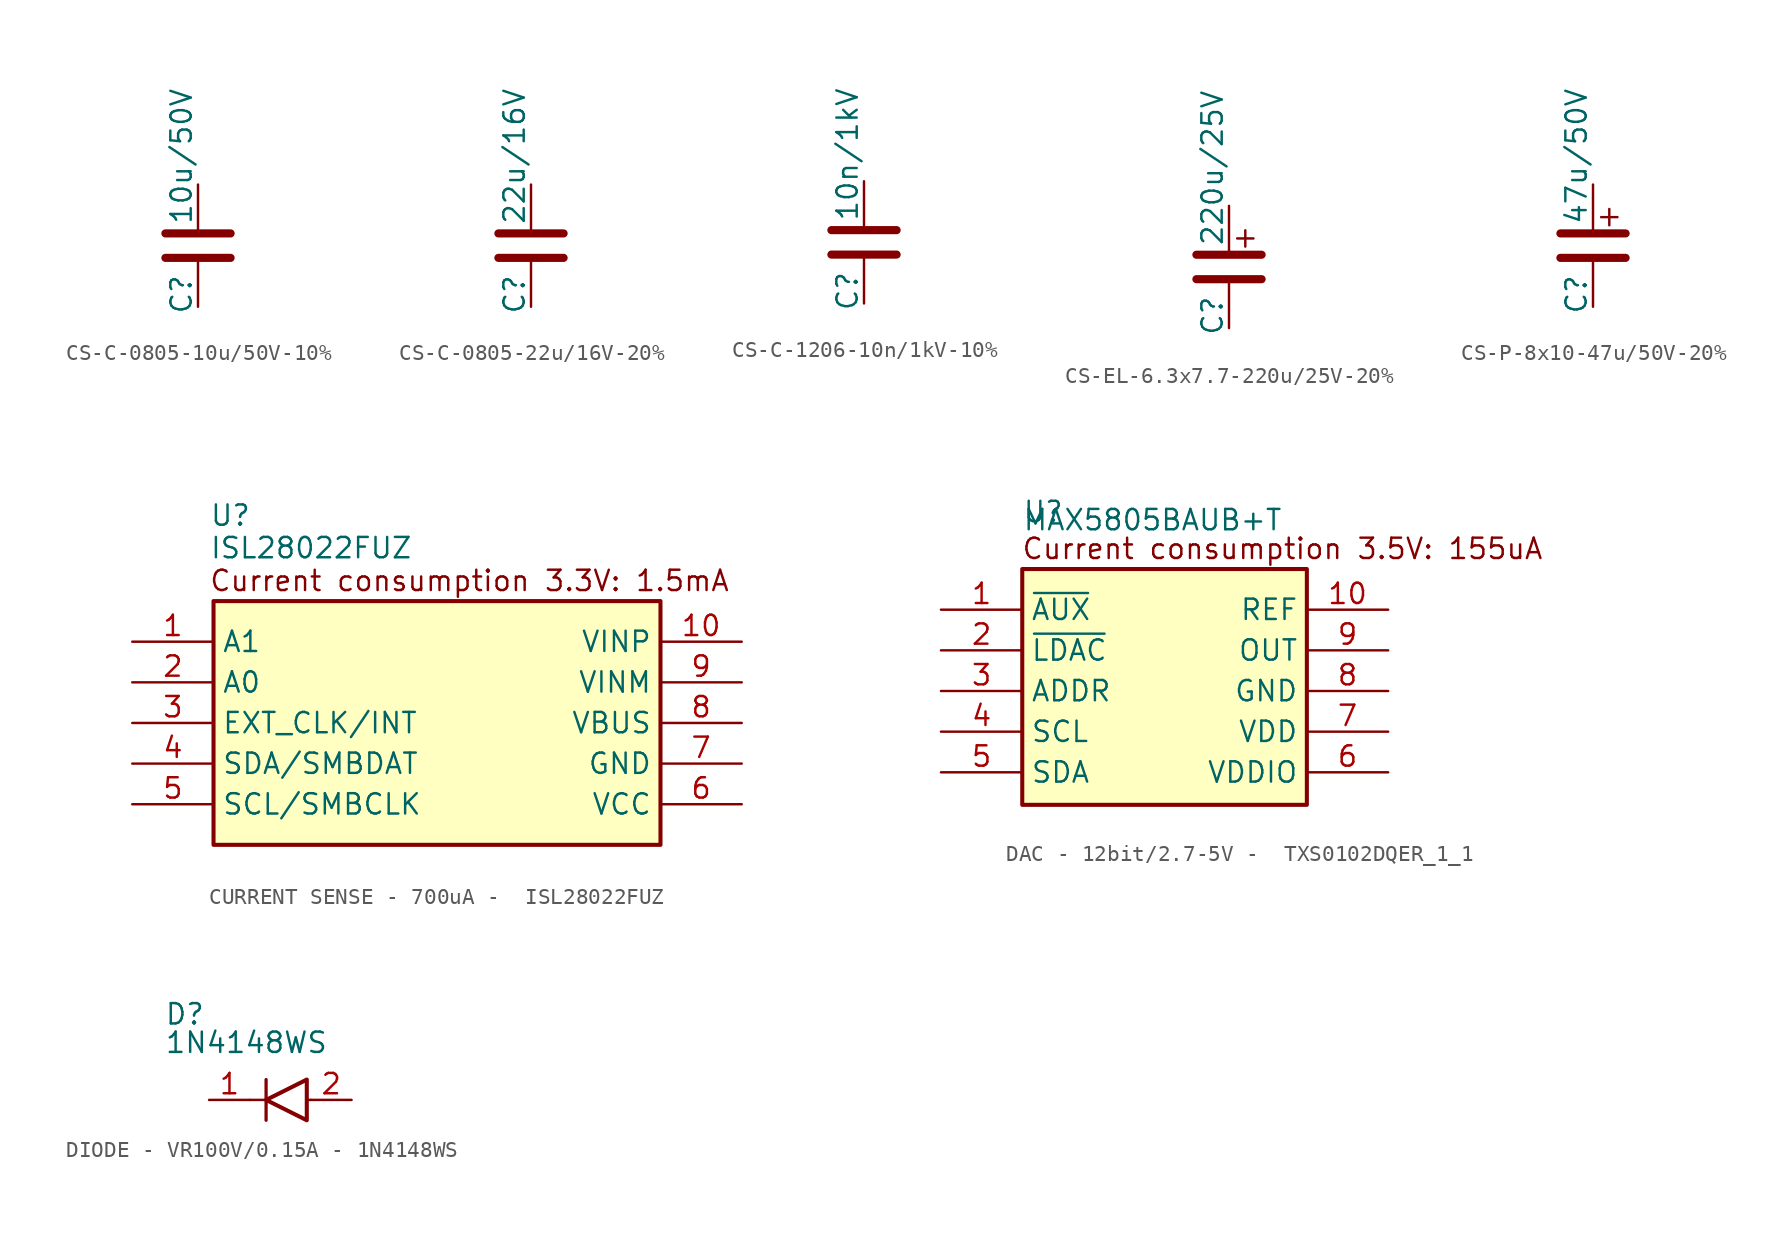
<source format=kicad_sym>
(kicad_symbol_lib
  (version 20241209)
  (generator "kicad_symbol_editor")
  (generator_version "9.0")
  (symbol "CS-C-0805-10u/50V-10%"
    (pin_numbers
      (hide yes))
    (property "Reference" "C"
      (at -1.778 -4.318 90)
      (effects (font (size 1.27 1.27)) (justify left top)))
    (property "Value" "10u/50V"
      (at -1.778 1.27 90)
      (effects (font (size 1.27 1.27)) (justify left top)))
    (symbol "CS-C-0805-10u/50V-10%_0_1"
      (polyline (pts (xy -2.032 0.762) (xy 2.032 0.762)) (stroke (width 0.508) (type default)) (fill (type none)))
      (polyline (pts (xy -2.032 -0.762) (xy 2.032 -0.762)) (stroke (width 0.508) (type default)) (fill (type none))))
    (symbol "CS-C-0805-10u/50V-10%_1_1"
      (pin passive line (at 0 3.81 270) (length 2.794) (name "~" (effects (font (size 1.27 1.27)))) (number "1" (effects (font (size 1.27 1.27)))))
      (pin passive line (at 0 -3.81 90) (length 2.794) (name "~" (effects (font (size 1.27 1.27)))) (number "2" (effects (font (size 1.27 1.27)))))))
  (symbol "CS-C-0805-22u/16V-20%"
    (pin_numbers
      (hide yes))
    (property "Reference" "C"
      (at -1.778 -4.318 90)
      (effects (font (size 1.27 1.27)) (justify left top)))
    (property "Value" "22u/16V"
      (at -1.778 1.27 90)
      (effects (font (size 1.27 1.27)) (justify left top)))
    (symbol "CS-C-0805-22u/16V-20%_0_1"
      (polyline (pts (xy -2.032 0.762) (xy 2.032 0.762)) (stroke (width 0.508) (type default)) (fill (type none)))
      (polyline (pts (xy -2.032 -0.762) (xy 2.032 -0.762)) (stroke (width 0.508) (type default)) (fill (type none))))
    (symbol "CS-C-0805-22u/16V-20%_1_1"
      (pin passive line (at 0 3.81 270) (length 2.794) (name "~" (effects (font (size 1.27 1.27)))) (number "1" (effects (font (size 1.27 1.27)))))
      (pin passive line (at 0 -3.81 90) (length 2.794) (name "~" (effects (font (size 1.27 1.27)))) (number "2" (effects (font (size 1.27 1.27)))))))
  (symbol "CS-C-1206-10n/1kV-10%"
    (pin_numbers
      (hide yes))
    (property "Reference" "C"
      (at -1.778 -4.318 90)
      (effects (font (size 1.27 1.27)) (justify left top)))
    (property "Value" "10n/1kV"
      (at -1.778 1.27 90)
      (effects (font (size 1.27 1.27)) (justify left top)))
    (symbol "CS-C-1206-10n/1kV-10%_0_1"
      (polyline (pts (xy -2.032 0.762) (xy 2.032 0.762)) (stroke (width 0.508) (type default)) (fill (type none)))
      (polyline (pts (xy -2.032 -0.762) (xy 2.032 -0.762)) (stroke (width 0.508) (type default)) (fill (type none))))
    (symbol "CS-C-1206-10n/1kV-10%_1_1"
      (pin passive line (at 0 3.81 270) (length 2.794) (name "~" (effects (font (size 1.27 1.27)))) (number "1" (effects (font (size 1.27 1.27)))))
      (pin passive line (at 0 -3.81 90) (length 2.794) (name "~" (effects (font (size 1.27 1.27)))) (number "2" (effects (font (size 1.27 1.27)))))))
  (symbol "CS-EL-6.3x7.7-220u/25V-20%"
    (pin_numbers
      (hide yes))
    (property "Reference" "C"
      (at -1.778 -4.318 90)
      (effects (font (size 1.27 1.27)) (justify left top)))
    (property "Value" "220u/25V"
      (at -1.778 1.27 90)
      (effects (font (size 1.27 1.27)) (justify left top)))
    (symbol "CS-EL-6.3x7.7-220u/25V-20%_0_1"
      (polyline (pts (xy -2.032 0.762) (xy 2.032 0.762)) (stroke (width 0.508) (type default)) (fill (type none)))
      (polyline (pts (xy -2.032 -0.762) (xy 2.032 -0.762)) (stroke (width 0.508) (type default)) (fill (type none)))
      (polyline (pts (xy 0.508 1.778) (xy 1.524 1.778)) (stroke (width 0) (type default)) (fill (type none)))
      (polyline (pts (xy 1.016 2.286) (xy 1.016 1.27)) (stroke (width 0) (type default)) (fill (type none))))
    (symbol "CS-EL-6.3x7.7-220u/25V-20%_1_1"
      (pin passive line (at 0 3.81 270) (length 2.794) (name "~" (effects (font (size 1.27 1.27)))) (number "1" (effects (font (size 1.27 1.27)))))
      (pin passive line (at 0 -3.81 90) (length 2.794) (name "~" (effects (font (size 1.27 1.27)))) (number "2" (effects (font (size 1.27 1.27)))))))
  (symbol "CS-P-8x10-47u/50V-20%"
    (pin_numbers
      (hide yes))
    (property "Reference" "C"
      (at -1.778 -4.318 90)
      (effects (font (size 1.27 1.27)) (justify left top)))
    (property "Value" "47u/50V"
      (at -1.778 1.27 90)
      (effects (font (size 1.27 1.27)) (justify left top)))
    (symbol "CS-P-8x10-47u/50V-20%_0_1"
      (polyline (pts (xy -2.032 0.762) (xy 2.032 0.762)) (stroke (width 0.508) (type default)) (fill (type none)))
      (polyline (pts (xy -2.032 -0.762) (xy 2.032 -0.762)) (stroke (width 0.508) (type default)) (fill (type none)))
      (polyline (pts (xy 0.508 1.778) (xy 1.524 1.778)) (stroke (width 0) (type default)) (fill (type none)))
      (polyline (pts (xy 1.016 2.286) (xy 1.016 1.27)) (stroke (width 0) (type default)) (fill (type none))))
    (symbol "CS-P-8x10-47u/50V-20%_1_1"
      (pin passive line (at 0 3.81 270) (length 2.794) (name "~" (effects (font (size 1.27 1.27)))) (number "1" (effects (font (size 1.27 1.27)))))
      (pin passive line (at 0 -3.81 90) (length 2.794) (name "~" (effects (font (size 1.27 1.27)))) (number "2" (effects (font (size 1.27 1.27)))))))
  (symbol "CURRENT SENSE - 700uA -  ISL28022FUZ"
    (property "Reference" "U"
      (at -14.224 13.716 0)
      (effects (font (size 1.27 1.27)) (justify left top)))
    (property "Value" "ISL28022FUZ"
      (at -14.224 11.684 0)
      (effects (font (size 1.27 1.27)) (justify left top)))
    (symbol "CURRENT SENSE - 700uA -  ISL28022FUZ_1_1"
      (rectangle (start -13.97 7.62) (end 13.97 -7.62) (stroke (width 0.254) (type default)) (fill (type background)))
      (text "Current consumption 3.3V: 1.5mA" (at 2.032 8.89 0) (effects (font (size 1.27 1.27) (color 132 0 0 1))))
      (pin passive line (at -19.05 5.08 0) (length 5.08) (name "A1" (effects (font (size 1.27 1.27)))) (number "1" (effects (font (size 1.27 1.27)))))
      (pin passive line (at -19.05 2.54 0) (length 5.08) (name "A0" (effects (font (size 1.27 1.27)))) (number "2" (effects (font (size 1.27 1.27)))))
      (pin passive line (at -19.05 0 0) (length 5.08) (name "EXT_CLK/INT" (effects (font (size 1.27 1.27)))) (number "3" (effects (font (size 1.27 1.27)))))
      (pin passive line (at -19.05 -2.54 0) (length 5.08) (name "SDA/SMBDAT" (effects (font (size 1.27 1.27)))) (number "4" (effects (font (size 1.27 1.27)))))
      (pin passive line (at -19.05 -5.08 0) (length 5.08) (name "SCL/SMBCLK" (effects (font (size 1.27 1.27)))) (number "5" (effects (font (size 1.27 1.27)))))
      (pin passive line (at 19.05 5.08 180) (length 5.08) (name "VINP" (effects (font (size 1.27 1.27)))) (number "10" (effects (font (size 1.27 1.27)))))
      (pin passive line (at 19.05 2.54 180) (length 5.08) (name "VINM" (effects (font (size 1.27 1.27)))) (number "9" (effects (font (size 1.27 1.27)))))
      (pin passive line (at 19.05 0 180) (length 5.08) (name "VBUS" (effects (font (size 1.27 1.27)))) (number "8" (effects (font (size 1.27 1.27)))))
      (pin passive line (at 19.05 -2.54 180) (length 5.08) (name "GND" (effects (font (size 1.27 1.27)))) (number "7" (effects (font (size 1.27 1.27)))))
      (pin passive line (at 19.05 -5.08 180) (length 5.08) (name "VCC" (effects (font (size 1.27 1.27)))) (number "6" (effects (font (size 1.27 1.27)))))))
  (symbol "DAC - 12bit/2.7-5V -  TXS0102DQER_1_1"
    (property "Reference" "U"
      (at -8.89 11.938 0)
      (effects (font (size 1.27 1.27)) (justify left top)))
    (property "Value" "MAX5805BAUB+T"
      (at -8.89 11.43 0)
      (effects (font (size 1.27 1.27)) (justify left top)))
    (symbol "DAC - 12bit/2.7-5V -  TXS0102DQER_1_1_1_1"
      (rectangle (start -8.89 7.62) (end 8.89 -7.112) (stroke (width 0.254) (type default)) (fill (type background)))
      (text "Current consumption 3.5V: 155uA" (at 7.366 8.89 0) (effects (font (size 1.27 1.27) (color 132 0 0 1))))
      (pin input line (at -13.97 5.08 0) (length 5.08) (name "~{AUX}" (effects (font (size 1.27 1.27)))) (number "1" (effects (font (size 1.27 1.27)))))
      (pin passive line (at -13.97 2.54 0) (length 5.08) (name "~{LDAC}" (effects (font (size 1.27 1.27)))) (number "2" (effects (font (size 1.27 1.27)))))
      (pin passive line (at -13.97 0 0) (length 5.08) (name "ADDR" (effects (font (size 1.27 1.27)))) (number "3" (effects (font (size 1.27 1.27)))))
      (pin input line (at -13.97 -2.54 0) (length 5.08) (name "SCL" (effects (font (size 1.27 1.27)))) (number "4" (effects (font (size 1.27 1.27)))))
      (pin bidirectional line (at -13.97 -5.08 0) (length 5.08) (name "SDA" (effects (font (size 1.27 1.27)))) (number "5" (effects (font (size 1.27 1.27)))))
      (pin passive line (at 13.97 5.08 180) (length 5.08) (name "REF" (effects (font (size 1.27 1.27)))) (number "10" (effects (font (size 1.27 1.27)))))
      (pin bidirectional line (at 13.97 2.54 180) (length 5.08) (name "OUT" (effects (font (size 1.27 1.27)))) (number "9" (effects (font (size 1.27 1.27)))))
      (pin power_in line (at 13.97 0 180) (length 5.08) (name "GND" (effects (font (size 1.27 1.27)))) (number "8" (effects (font (size 1.27 1.27)))))
      (pin power_in line (at 13.97 -2.54 180) (length 5.08) (name "VDD" (effects (font (size 1.27 1.27)))) (number "7" (effects (font (size 1.27 1.27)))))
      (pin power_in line (at 13.97 -5.08 180) (length 5.08) (name "VDDIO" (effects (font (size 1.27 1.27)))) (number "6" (effects (font (size 1.27 1.27)))))))
  (symbol "DIODE - VR100V/0.15A - 1N4148WS"
    (property "Reference" "D"
      (at -6.604 6.096 0)
      (effects (font (size 1.27 1.27)) (justify left top)))
    (property "Value" "1N4148WS"
      (at -6.604 4.318 0)
      (effects (font (size 1.27 1.27)) (justify left top)))
    (symbol "DIODE - VR100V/0.15A - 1N4148WS_0_1"
      (polyline (pts (xy -1.27 0) (xy -0.254 0)) (stroke (width 0) (type default)) (fill (type none)))
      (polyline (pts (xy -0.254 1.27) (xy -0.254 1.27) (xy -0.254 -1.27) (xy -0.254 -1.27)) (stroke (width 0.203) (type default)) (fill (type none)))
      (polyline (pts (xy 2.286 -1.27) (xy 2.286 1.27) (xy -0.254 0) (xy 2.286 -1.27)) (stroke (width 0.254) (type default)) (fill (type none)))
      (polyline (pts (xy 2.54 0) (xy 2.286 0)) (stroke (width 0) (type default)) (fill (type none))))
    (symbol "DIODE - VR100V/0.15A - 1N4148WS_1_1"
      (pin passive line (at -3.81 0 0) (length 2.54) (name "" (effects (font (size 1.27 1.27)))) (number "1" (effects (font (size 1.27 1.27)))))
      (pin passive line (at 5.08 0 180) (length 2.54) (name "" (effects (font (size 1.27 1.27)))) (number "2" (effects (font (size 1.27 1.27))))))))
</source>
